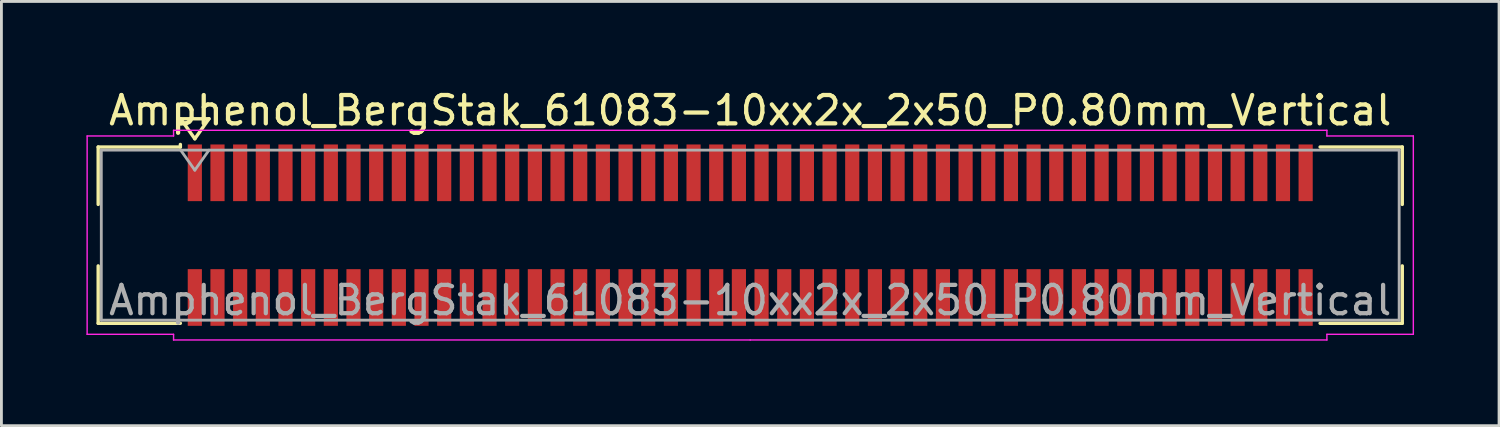
<source format=kicad_pcb>
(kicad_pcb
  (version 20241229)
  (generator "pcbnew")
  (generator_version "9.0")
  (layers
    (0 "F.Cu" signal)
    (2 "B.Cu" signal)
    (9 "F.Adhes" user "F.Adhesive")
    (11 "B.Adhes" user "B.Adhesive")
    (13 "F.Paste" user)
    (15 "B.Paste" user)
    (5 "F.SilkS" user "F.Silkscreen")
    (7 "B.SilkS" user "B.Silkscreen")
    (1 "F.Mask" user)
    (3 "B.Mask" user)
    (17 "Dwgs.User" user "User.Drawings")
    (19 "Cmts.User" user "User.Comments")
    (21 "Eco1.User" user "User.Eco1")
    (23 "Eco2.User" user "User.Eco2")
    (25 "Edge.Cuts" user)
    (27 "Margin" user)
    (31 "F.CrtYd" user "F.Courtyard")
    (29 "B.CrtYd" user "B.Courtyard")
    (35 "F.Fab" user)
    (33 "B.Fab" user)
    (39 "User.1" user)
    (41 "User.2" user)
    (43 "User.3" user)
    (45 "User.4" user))
  (footprint "Amphenol_BergStak_61083-10xx2x_2x50_P0.80mm_Vertical"
    (layer "F.Cu")
    (at 23.425 5.248)
    (property "Reference" "Amphenol_BergStak_61083-10xx2x_2x50_P0.80mm_Vertical" (at 0 -4.4 0) (layer "F.SilkS") (effects (font (size 1 1) (thickness 0.15))))
    (attr smd)
    (fp_line (start -23.01 -3.11) (end -20.11 -3.11) (stroke (width 0.12) (type solid)) (layer "F.SilkS"))
    (fp_line (start -23.01 -1.085) (end -23.01 -3.11) (stroke (width 0.12) (type solid)) (layer "F.SilkS"))
    (fp_line (start -23.01 1.085) (end -23.01 3.11) (stroke (width 0.12) (type solid)) (layer "F.SilkS"))
    (fp_line (start -23.01 3.11) (end -20.11 3.11) (stroke (width 0.12) (type solid)) (layer "F.SilkS"))
    (fp_line (start -20.11 -3.11) (end -20.11 -3.2) (stroke (width 0.12) (type solid)) (layer "F.SilkS"))
    (fp_line (start -20.1 -4.107) (end -19.6 -3.4) (stroke (width 0.12) (type solid)) (layer "F.SilkS"))
    (fp_line (start -19.6 -3.4) (end -19.1 -4.107) (stroke (width 0.12) (type solid)) (layer "F.SilkS"))
    (fp_line (start -19.1 -4.107) (end -20.1 -4.107) (stroke (width 0.12) (type solid)) (layer "F.SilkS"))
    (fp_line (start 23.01 -3.11) (end 20.11 -3.11) (stroke (width 0.12) (type solid)) (layer "F.SilkS"))
    (fp_line (start 23.01 -1.085) (end 23.01 -3.11) (stroke (width 0.12) (type solid)) (layer "F.SilkS"))
    (fp_line (start 23.01 1.085) (end 23.01 3.11) (stroke (width 0.12) (type solid)) (layer "F.SilkS"))
    (fp_line (start 23.01 3.11) (end 20.11 3.11) (stroke (width 0.12) (type solid)) (layer "F.SilkS"))
    (fp_line (start -23.4 -3.5) (end -23.4 3.5) (stroke (width 0.05) (type solid)) (layer "F.CrtYd"))
    (fp_line (start -23.4 3.5) (end -20.35 3.5) (stroke (width 0.05) (type solid)) (layer "F.CrtYd"))
    (fp_line (start -20.35 -3.7) (end -20.35 -3.5) (stroke (width 0.05) (type solid)) (layer "F.CrtYd"))
    (fp_line (start -20.35 -3.5) (end -23.4 -3.5) (stroke (width 0.05) (type solid)) (layer "F.CrtYd"))
    (fp_line (start -20.35 3.5) (end -20.35 3.7) (stroke (width 0.05) (type solid)) (layer "F.CrtYd"))
    (fp_line (start -20.35 3.7) (end 0 3.7) (stroke (width 0.05) (type solid)) (layer "F.CrtYd"))
    (fp_line (start 0 -3.7) (end -20.35 -3.7) (stroke (width 0.05) (type solid)) (layer "F.CrtYd"))
    (fp_line (start 0 -3.7) (end 20.35 -3.7) (stroke (width 0.05) (type solid)) (layer "F.CrtYd"))
    (fp_line (start 20.35 -3.7) (end 20.35 -3.5) (stroke (width 0.05) (type solid)) (layer "F.CrtYd"))
    (fp_line (start 20.35 -3.5) (end 23.4 -3.5) (stroke (width 0.05) (type solid)) (layer "F.CrtYd"))
    (fp_line (start 20.35 3.5) (end 20.35 3.7) (stroke (width 0.05) (type solid)) (layer "F.CrtYd"))
    (fp_line (start 20.35 3.7) (end 0 3.7) (stroke (width 0.05) (type solid)) (layer "F.CrtYd"))
    (fp_line (start 23.4 -3.5) (end 23.4 3.5) (stroke (width 0.05) (type solid)) (layer "F.CrtYd"))
    (fp_line (start 23.4 3.5) (end 20.35 3.5) (stroke (width 0.05) (type solid)) (layer "F.CrtYd"))
    (fp_line (start -22.9 -3) (end -22.9 3) (stroke (width 0.1) (type solid)) (layer "F.Fab"))
    (fp_line (start -22.9 3) (end 22.9 3) (stroke (width 0.1) (type solid)) (layer "F.Fab"))
    (fp_line (start -20.1 -3) (end -19.6 -2.293) (stroke (width 0.1) (type solid)) (layer "F.Fab"))
    (fp_line (start -19.6 -2.293) (end -19.1 -3) (stroke (width 0.1) (type solid)) (layer "F.Fab"))
    (fp_line (start 22.9 -3) (end -22.9 -3) (stroke (width 0.1) (type solid)) (layer "F.Fab"))
    (fp_line (start 22.9 3) (end 22.9 -3) (stroke (width 0.1) (type solid)) (layer "F.Fab"))
    (fp_text user "${REFERENCE}" (at 0 2.3 0) (layer "F.Fab") (effects (font (size 1 1) (thickness 0.15))))
    (pad "1" smd rect (at -19.6 -2.2) (size 0.5 2) (layers "F.Cu" "F.Mask" "F.Paste"))
    (pad "2" smd rect (at -19.6 2.2) (size 0.5 2) (layers "F.Cu" "F.Mask" "F.Paste"))
    (pad "3" smd rect (at -18.8 -2.2) (size 0.5 2) (layers "F.Cu" "F.Mask" "F.Paste"))
    (pad "4" smd rect (at -18.8 2.2) (size 0.5 2) (layers "F.Cu" "F.Mask" "F.Paste"))
    (pad "5" smd rect (at -18 -2.2) (size 0.5 2) (layers "F.Cu" "F.Mask" "F.Paste"))
    (pad "6" smd rect (at -18 2.2) (size 0.5 2) (layers "F.Cu" "F.Mask" "F.Paste"))
    (pad "7" smd rect (at -17.2 -2.2) (size 0.5 2) (layers "F.Cu" "F.Mask" "F.Paste"))
    (pad "8" smd rect (at -17.2 2.2) (size 0.5 2) (layers "F.Cu" "F.Mask" "F.Paste"))
    (pad "9" smd rect (at -16.4 -2.2) (size 0.5 2) (layers "F.Cu" "F.Mask" "F.Paste"))
    (pad "10" smd rect (at -16.4 2.2) (size 0.5 2) (layers "F.Cu" "F.Mask" "F.Paste"))
    (pad "11" smd rect (at -15.6 -2.2) (size 0.5 2) (layers "F.Cu" "F.Mask" "F.Paste"))
    (pad "12" smd rect (at -15.6 2.2) (size 0.5 2) (layers "F.Cu" "F.Mask" "F.Paste"))
    (pad "13" smd rect (at -14.8 -2.2) (size 0.5 2) (layers "F.Cu" "F.Mask" "F.Paste"))
    (pad "14" smd rect (at -14.8 2.2) (size 0.5 2) (layers "F.Cu" "F.Mask" "F.Paste"))
    (pad "15" smd rect (at -14 -2.2) (size 0.5 2) (layers "F.Cu" "F.Mask" "F.Paste"))
    (pad "16" smd rect (at -14 2.2) (size 0.5 2) (layers "F.Cu" "F.Mask" "F.Paste"))
    (pad "17" smd rect (at -13.2 -2.2) (size 0.5 2) (layers "F.Cu" "F.Mask" "F.Paste"))
    (pad "18" smd rect (at -13.2 2.2) (size 0.5 2) (layers "F.Cu" "F.Mask" "F.Paste"))
    (pad "19" smd rect (at -12.4 -2.2) (size 0.5 2) (layers "F.Cu" "F.Mask" "F.Paste"))
    (pad "20" smd rect (at -12.4 2.2) (size 0.5 2) (layers "F.Cu" "F.Mask" "F.Paste"))
    (pad "21" smd rect (at -11.6 -2.2) (size 0.5 2) (layers "F.Cu" "F.Mask" "F.Paste"))
    (pad "22" smd rect (at -11.6 2.2) (size 0.5 2) (layers "F.Cu" "F.Mask" "F.Paste"))
    (pad "23" smd rect (at -10.8 -2.2) (size 0.5 2) (layers "F.Cu" "F.Mask" "F.Paste"))
    (pad "24" smd rect (at -10.8 2.2) (size 0.5 2) (layers "F.Cu" "F.Mask" "F.Paste"))
    (pad "25" smd rect (at -10 -2.2) (size 0.5 2) (layers "F.Cu" "F.Mask" "F.Paste"))
    (pad "26" smd rect (at -10 2.2) (size 0.5 2) (layers "F.Cu" "F.Mask" "F.Paste"))
    (pad "27" smd rect (at -9.2 -2.2) (size 0.5 2) (layers "F.Cu" "F.Mask" "F.Paste"))
    (pad "28" smd rect (at -9.2 2.2) (size 0.5 2) (layers "F.Cu" "F.Mask" "F.Paste"))
    (pad "29" smd rect (at -8.4 -2.2) (size 0.5 2) (layers "F.Cu" "F.Mask" "F.Paste"))
    (pad "30" smd rect (at -8.4 2.2) (size 0.5 2) (layers "F.Cu" "F.Mask" "F.Paste"))
    (pad "31" smd rect (at -7.6 -2.2) (size 0.5 2) (layers "F.Cu" "F.Mask" "F.Paste"))
    (pad "32" smd rect (at -7.6 2.2) (size 0.5 2) (layers "F.Cu" "F.Mask" "F.Paste"))
    (pad "33" smd rect (at -6.8 -2.2) (size 0.5 2) (layers "F.Cu" "F.Mask" "F.Paste"))
    (pad "34" smd rect (at -6.8 2.2) (size 0.5 2) (layers "F.Cu" "F.Mask" "F.Paste"))
    (pad "35" smd rect (at -6 -2.2) (size 0.5 2) (layers "F.Cu" "F.Mask" "F.Paste"))
    (pad "36" smd rect (at -6 2.2) (size 0.5 2) (layers "F.Cu" "F.Mask" "F.Paste"))
    (pad "37" smd rect (at -5.2 -2.2) (size 0.5 2) (layers "F.Cu" "F.Mask" "F.Paste"))
    (pad "38" smd rect (at -5.2 2.2) (size 0.5 2) (layers "F.Cu" "F.Mask" "F.Paste"))
    (pad "39" smd rect (at -4.4 -2.2) (size 0.5 2) (layers "F.Cu" "F.Mask" "F.Paste"))
    (pad "40" smd rect (at -4.4 2.2) (size 0.5 2) (layers "F.Cu" "F.Mask" "F.Paste"))
    (pad "41" smd rect (at -3.6 -2.2) (size 0.5 2) (layers "F.Cu" "F.Mask" "F.Paste"))
    (pad "42" smd rect (at -3.6 2.2) (size 0.5 2) (layers "F.Cu" "F.Mask" "F.Paste"))
    (pad "43" smd rect (at -2.8 -2.2) (size 0.5 2) (layers "F.Cu" "F.Mask" "F.Paste"))
    (pad "44" smd rect (at -2.8 2.2) (size 0.5 2) (layers "F.Cu" "F.Mask" "F.Paste"))
    (pad "45" smd rect (at -2 -2.2) (size 0.5 2) (layers "F.Cu" "F.Mask" "F.Paste"))
    (pad "46" smd rect (at -2 2.2) (size 0.5 2) (layers "F.Cu" "F.Mask" "F.Paste"))
    (pad "47" smd rect (at -1.2 -2.2) (size 0.5 2) (layers "F.Cu" "F.Mask" "F.Paste"))
    (pad "48" smd rect (at -1.2 2.2) (size 0.5 2) (layers "F.Cu" "F.Mask" "F.Paste"))
    (pad "49" smd rect (at -0.4 -2.2) (size 0.5 2) (layers "F.Cu" "F.Mask" "F.Paste"))
    (pad "50" smd rect (at -0.4 2.2) (size 0.5 2) (layers "F.Cu" "F.Mask" "F.Paste"))
    (pad "51" smd rect (at 0.4 -2.2) (size 0.5 2) (layers "F.Cu" "F.Mask" "F.Paste"))
    (pad "52" smd rect (at 0.4 2.2) (size 0.5 2) (layers "F.Cu" "F.Mask" "F.Paste"))
    (pad "53" smd rect (at 1.2 -2.2) (size 0.5 2) (layers "F.Cu" "F.Mask" "F.Paste"))
    (pad "54" smd rect (at 1.2 2.2) (size 0.5 2) (layers "F.Cu" "F.Mask" "F.Paste"))
    (pad "55" smd rect (at 2 -2.2) (size 0.5 2) (layers "F.Cu" "F.Mask" "F.Paste"))
    (pad "56" smd rect (at 2 2.2) (size 0.5 2) (layers "F.Cu" "F.Mask" "F.Paste"))
    (pad "57" smd rect (at 2.8 -2.2) (size 0.5 2) (layers "F.Cu" "F.Mask" "F.Paste"))
    (pad "58" smd rect (at 2.8 2.2) (size 0.5 2) (layers "F.Cu" "F.Mask" "F.Paste"))
    (pad "59" smd rect (at 3.6 -2.2) (size 0.5 2) (layers "F.Cu" "F.Mask" "F.Paste"))
    (pad "60" smd rect (at 3.6 2.2) (size 0.5 2) (layers "F.Cu" "F.Mask" "F.Paste"))
    (pad "61" smd rect (at 4.4 -2.2) (size 0.5 2) (layers "F.Cu" "F.Mask" "F.Paste"))
    (pad "62" smd rect (at 4.4 2.2) (size 0.5 2) (layers "F.Cu" "F.Mask" "F.Paste"))
    (pad "63" smd rect (at 5.2 -2.2) (size 0.5 2) (layers "F.Cu" "F.Mask" "F.Paste"))
    (pad "64" smd rect (at 5.2 2.2) (size 0.5 2) (layers "F.Cu" "F.Mask" "F.Paste"))
    (pad "65" smd rect (at 6 -2.2) (size 0.5 2) (layers "F.Cu" "F.Mask" "F.Paste"))
    (pad "66" smd rect (at 6 2.2) (size 0.5 2) (layers "F.Cu" "F.Mask" "F.Paste"))
    (pad "67" smd rect (at 6.8 -2.2) (size 0.5 2) (layers "F.Cu" "F.Mask" "F.Paste"))
    (pad "68" smd rect (at 6.8 2.2) (size 0.5 2) (layers "F.Cu" "F.Mask" "F.Paste"))
    (pad "69" smd rect (at 7.6 -2.2) (size 0.5 2) (layers "F.Cu" "F.Mask" "F.Paste"))
    (pad "70" smd rect (at 7.6 2.2) (size 0.5 2) (layers "F.Cu" "F.Mask" "F.Paste"))
    (pad "71" smd rect (at 8.4 -2.2) (size 0.5 2) (layers "F.Cu" "F.Mask" "F.Paste"))
    (pad "72" smd rect (at 8.4 2.2) (size 0.5 2) (layers "F.Cu" "F.Mask" "F.Paste"))
    (pad "73" smd rect (at 9.2 -2.2) (size 0.5 2) (layers "F.Cu" "F.Mask" "F.Paste"))
    (pad "74" smd rect (at 9.2 2.2) (size 0.5 2) (layers "F.Cu" "F.Mask" "F.Paste"))
    (pad "75" smd rect (at 10 -2.2) (size 0.5 2) (layers "F.Cu" "F.Mask" "F.Paste"))
    (pad "76" smd rect (at 10 2.2) (size 0.5 2) (layers "F.Cu" "F.Mask" "F.Paste"))
    (pad "77" smd rect (at 10.8 -2.2) (size 0.5 2) (layers "F.Cu" "F.Mask" "F.Paste"))
    (pad "78" smd rect (at 10.8 2.2) (size 0.5 2) (layers "F.Cu" "F.Mask" "F.Paste"))
    (pad "79" smd rect (at 11.6 -2.2) (size 0.5 2) (layers "F.Cu" "F.Mask" "F.Paste"))
    (pad "80" smd rect (at 11.6 2.2) (size 0.5 2) (layers "F.Cu" "F.Mask" "F.Paste"))
    (pad "81" smd rect (at 12.4 -2.2) (size 0.5 2) (layers "F.Cu" "F.Mask" "F.Paste"))
    (pad "82" smd rect (at 12.4 2.2) (size 0.5 2) (layers "F.Cu" "F.Mask" "F.Paste"))
    (pad "83" smd rect (at 13.2 -2.2) (size 0.5 2) (layers "F.Cu" "F.Mask" "F.Paste"))
    (pad "84" smd rect (at 13.2 2.2) (size 0.5 2) (layers "F.Cu" "F.Mask" "F.Paste"))
    (pad "85" smd rect (at 14 -2.2) (size 0.5 2) (layers "F.Cu" "F.Mask" "F.Paste"))
    (pad "86" smd rect (at 14 2.2) (size 0.5 2) (layers "F.Cu" "F.Mask" "F.Paste"))
    (pad "87" smd rect (at 14.8 -2.2) (size 0.5 2) (layers "F.Cu" "F.Mask" "F.Paste"))
    (pad "88" smd rect (at 14.8 2.2) (size 0.5 2) (layers "F.Cu" "F.Mask" "F.Paste"))
    (pad "89" smd rect (at 15.6 -2.2) (size 0.5 2) (layers "F.Cu" "F.Mask" "F.Paste"))
    (pad "90" smd rect (at 15.6 2.2) (size 0.5 2) (layers "F.Cu" "F.Mask" "F.Paste"))
    (pad "91" smd rect (at 16.4 -2.2) (size 0.5 2) (layers "F.Cu" "F.Mask" "F.Paste"))
    (pad "92" smd rect (at 16.4 2.2) (size 0.5 2) (layers "F.Cu" "F.Mask" "F.Paste"))
    (pad "93" smd rect (at 17.2 -2.2) (size 0.5 2) (layers "F.Cu" "F.Mask" "F.Paste"))
    (pad "94" smd rect (at 17.2 2.2) (size 0.5 2) (layers "F.Cu" "F.Mask" "F.Paste"))
    (pad "95" smd rect (at 18 -2.2) (size 0.5 2) (layers "F.Cu" "F.Mask" "F.Paste"))
    (pad "96" smd rect (at 18 2.2) (size 0.5 2) (layers "F.Cu" "F.Mask" "F.Paste"))
    (pad "97" smd rect (at 18.8 -2.2) (size 0.5 2) (layers "F.Cu" "F.Mask" "F.Paste"))
    (pad "98" smd rect (at 18.8 2.2) (size 0.5 2) (layers "F.Cu" "F.Mask" "F.Paste"))
    (pad "99" smd rect (at 19.6 -2.2) (size 0.5 2) (layers "F.Cu" "F.Mask" "F.Paste"))
    (pad "100" smd rect (at 19.6 2.2) (size 0.5 2) (layers "F.Cu" "F.Mask" "F.Paste")))
  (gr_rect
    (start -3 -3)
    (end 49.85 11.973)
    (stroke (width 0.1) (type default))
    (fill no)
    (layer "Edge.Cuts")))
</source>
